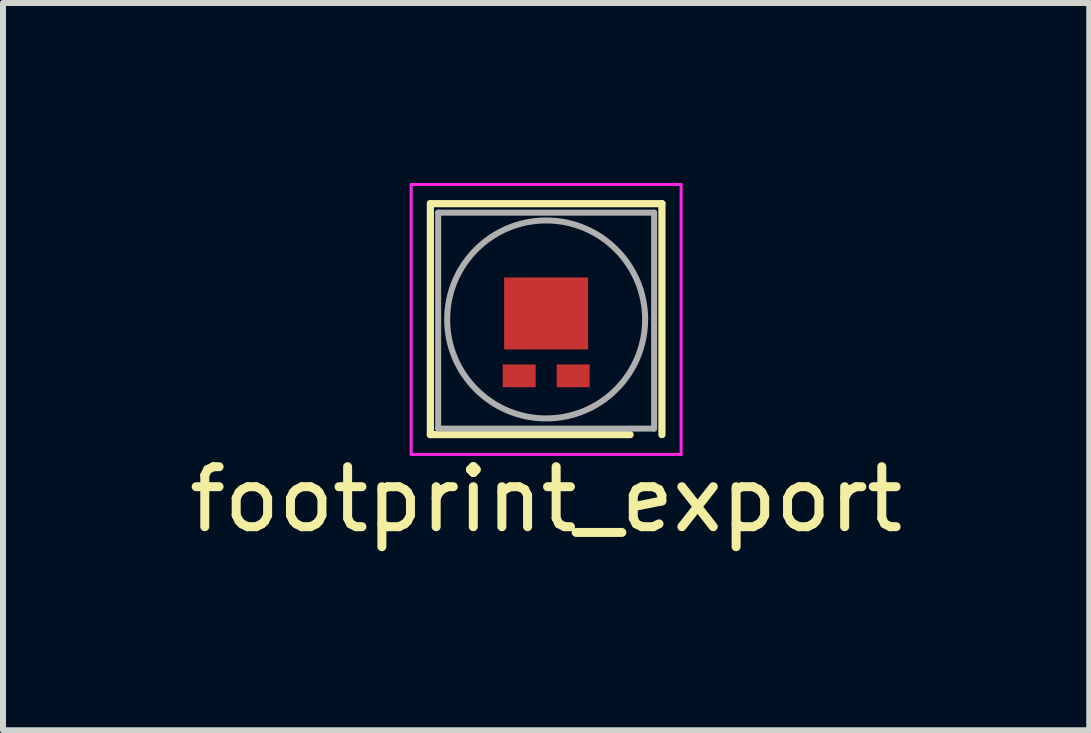
<source format=kicad_pcb>
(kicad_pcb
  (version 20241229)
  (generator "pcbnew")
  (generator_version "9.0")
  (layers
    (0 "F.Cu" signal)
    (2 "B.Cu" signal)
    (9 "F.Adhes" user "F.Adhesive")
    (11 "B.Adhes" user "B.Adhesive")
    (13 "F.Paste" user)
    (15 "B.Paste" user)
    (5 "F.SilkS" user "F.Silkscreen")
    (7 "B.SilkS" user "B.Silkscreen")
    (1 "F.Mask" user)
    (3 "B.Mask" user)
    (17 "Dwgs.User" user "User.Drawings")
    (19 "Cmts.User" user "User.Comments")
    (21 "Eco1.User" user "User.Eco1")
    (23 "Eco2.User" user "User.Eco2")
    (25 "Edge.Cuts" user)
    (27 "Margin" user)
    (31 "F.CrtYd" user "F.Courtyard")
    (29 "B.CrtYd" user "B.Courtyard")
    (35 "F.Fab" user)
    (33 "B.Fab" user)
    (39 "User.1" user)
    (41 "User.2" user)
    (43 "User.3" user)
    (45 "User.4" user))
  (footprint "footprint_export"
    (layer "F.Cu")
    (at 6.054 2.695)
    (property "Reference" "footprint_export" (at 0 2.58 0) (layer "F.SilkS") (effects (font (size 1 1) (thickness 0.15))))
    (attr smd)
    (fp_line (start -1.93 -2.35) (end 1.93 -2.35) (stroke (width 0.12) (type solid)) (layer "F.SilkS"))
    (fp_line (start -1.93 1.5) (end -1.93 -2.35) (stroke (width 0.12) (type solid)) (layer "F.SilkS"))
    (fp_line (start 1.4 1.5) (end -1.93 1.5) (stroke (width 0.12) (type solid)) (layer "F.SilkS"))
    (fp_line (start 1.93 -2.35) (end 1.93 1.5) (stroke (width 0.12) (type solid)) (layer "F.SilkS"))
    (fp_line (start -2.25 -2.67) (end 2.25 -2.67) (stroke (width 0.05) (type solid)) (layer "F.CrtYd"))
    (fp_line (start -2.25 1.83) (end -2.25 -2.67) (stroke (width 0.05) (type solid)) (layer "F.CrtYd"))
    (fp_line (start 2.25 -2.67) (end 2.25 1.83) (stroke (width 0.05) (type solid)) (layer "F.CrtYd"))
    (fp_line (start 2.25 1.83) (end -2.25 1.83) (stroke (width 0.05) (type solid)) (layer "F.CrtYd"))
    (fp_line (start -1.8 -2.2) (end -1.8 1.4) (stroke (width 0.1) (type solid)) (layer "F.Fab"))
    (fp_line (start -1.8 -2.2) (end 1.8 -2.2) (stroke (width 0.1) (type solid)) (layer "F.Fab"))
    (fp_line (start -1.8 1.4) (end 1.8 1.4) (stroke (width 0.1) (type solid)) (layer "F.Fab"))
    (fp_line (start 1.8 1.4) (end 1.8 -2.2) (stroke (width 0.1) (type solid)) (layer "F.Fab"))
    (fp_circle (center 0 -0.42) (end 0 -2.07) (stroke (width 0.1) (type solid)) (fill no) (layer "F.Fab"))
    (pad "1" smd rect (at 0.45 0.52) (size 0.55 0.38) (layers "F.Cu" "F.Mask" "F.Paste"))
    (pad "2" smd rect (at -0.45 0.52) (size 0.55 0.38) (layers "F.Cu" "F.Mask" "F.Paste"))
    (pad "3" smd rect (at 0 -0.52) (size 1.4 1.2) (layers "F.Cu" "F.Mask" "F.Paste")))
  (gr_rect
    (start -3 -3)
    (end 15.107 9.123)
    (stroke (width 0.1) (type default))
    (fill no)
    (layer "Edge.Cuts")))
</source>
